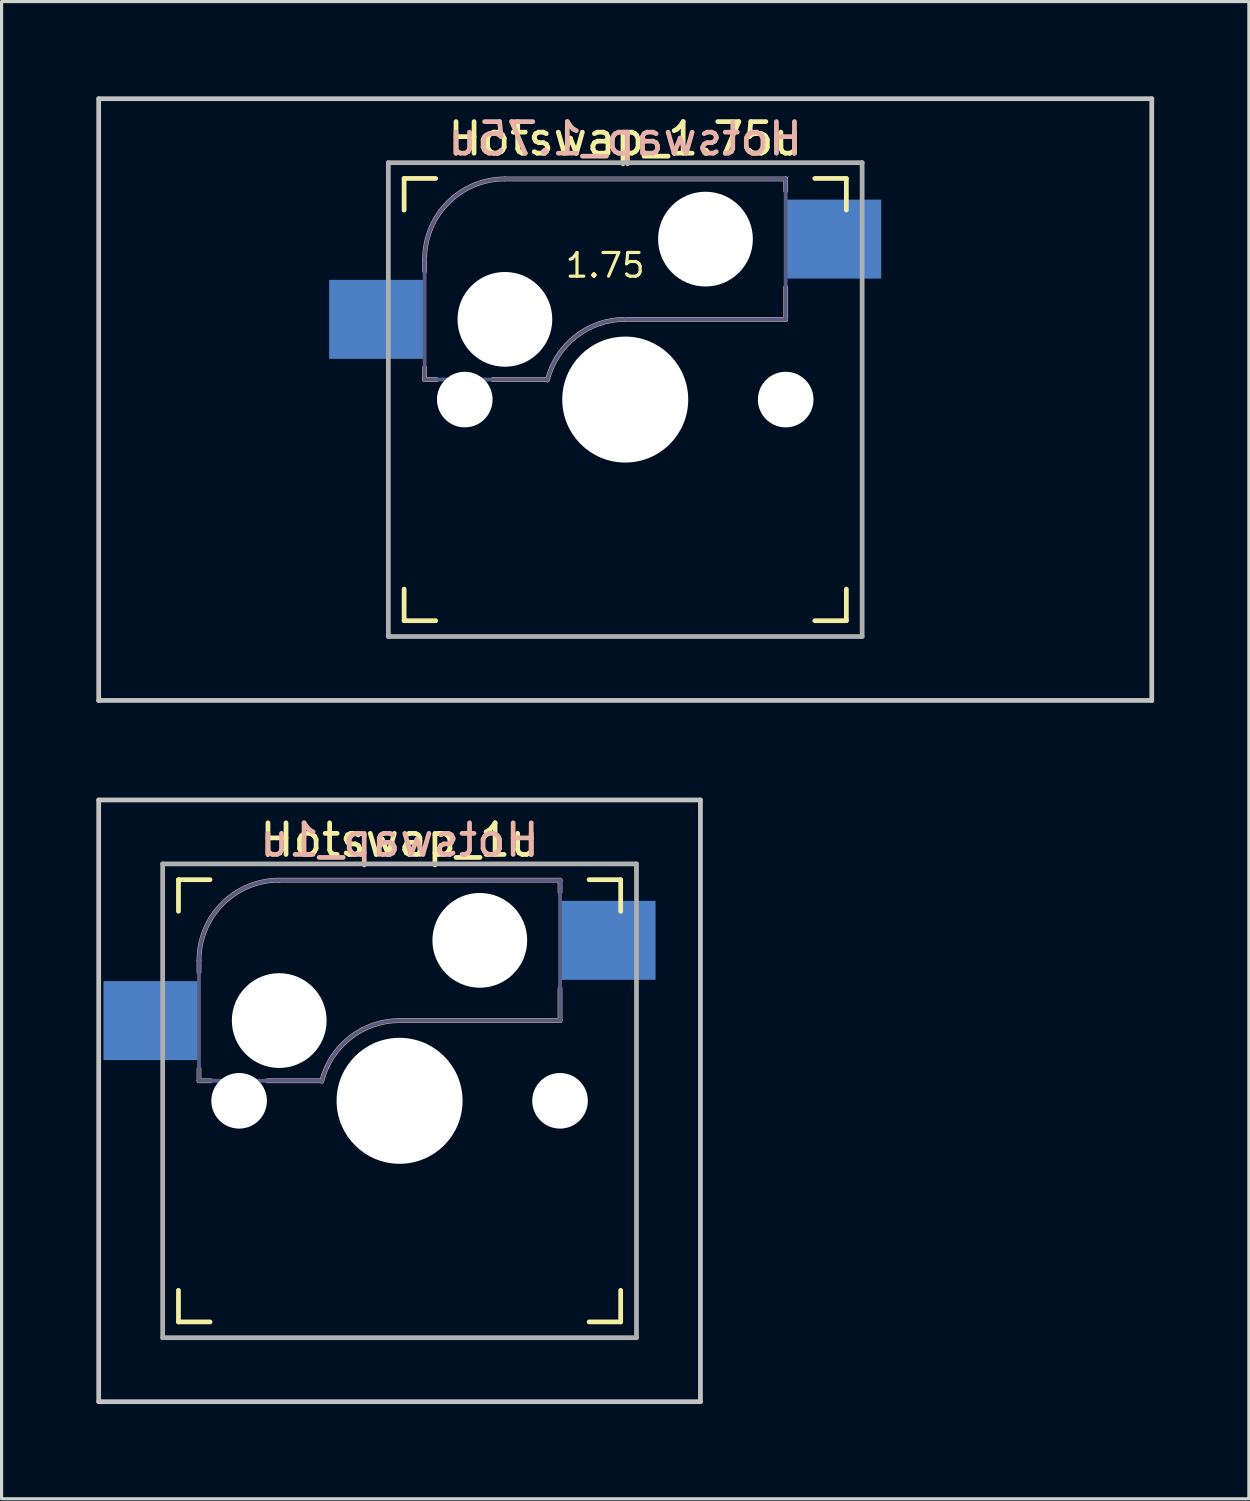
<source format=kicad_pcb>
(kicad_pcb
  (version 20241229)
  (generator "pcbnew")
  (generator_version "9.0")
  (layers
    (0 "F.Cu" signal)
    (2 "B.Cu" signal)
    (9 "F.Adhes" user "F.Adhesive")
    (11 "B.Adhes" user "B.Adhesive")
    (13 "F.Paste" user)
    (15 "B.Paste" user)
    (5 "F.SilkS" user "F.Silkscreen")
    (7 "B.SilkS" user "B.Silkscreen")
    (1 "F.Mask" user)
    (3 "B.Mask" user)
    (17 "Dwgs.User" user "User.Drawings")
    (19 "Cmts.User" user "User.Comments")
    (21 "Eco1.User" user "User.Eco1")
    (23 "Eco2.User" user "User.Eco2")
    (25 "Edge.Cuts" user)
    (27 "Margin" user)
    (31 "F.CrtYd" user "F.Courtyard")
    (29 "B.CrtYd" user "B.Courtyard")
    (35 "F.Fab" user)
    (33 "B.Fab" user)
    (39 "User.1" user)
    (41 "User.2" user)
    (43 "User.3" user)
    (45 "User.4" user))
  (footprint "Hotswap_1.75u"
    (layer "F.Cu")
    (at 16.744 9.6)
    (property "Reference" "Hotswap_1.75u" (at 0 -8.255 0) (layer "F.SilkS") (effects (font (size 1 1) (thickness 0.15))))
    (attr through_hole)
    (fp_line (start -7 -6) (end -7 -7) (stroke (width 0.15) (type solid)) (layer "F.SilkS"))
    (fp_line (start -7 7) (end -7 6) (stroke (width 0.15) (type solid)) (layer "F.SilkS"))
    (fp_line (start -7 7) (end -6 7) (stroke (width 0.15) (type solid)) (layer "F.SilkS"))
    (fp_line (start -6 -7) (end -7 -7) (stroke (width 0.15) (type solid)) (layer "F.SilkS"))
    (fp_line (start 6 7) (end 7 7) (stroke (width 0.15) (type solid)) (layer "F.SilkS"))
    (fp_line (start 7 -7) (end 6 -7) (stroke (width 0.15) (type solid)) (layer "F.SilkS"))
    (fp_line (start 7 -7) (end 7 -6) (stroke (width 0.15) (type solid)) (layer "F.SilkS"))
    (fp_line (start 7 6) (end 7 7) (stroke (width 0.15) (type solid)) (layer "F.SilkS"))
    (fp_line (start -6.35 -4.445) (end -6.35 -4.064) (stroke (width 0.15) (type solid)) (layer "B.SilkS"))
    (fp_line (start -6.35 -1.016) (end -6.35 -0.635) (stroke (width 0.15) (type solid)) (layer "B.SilkS"))
    (fp_line (start -6.35 -0.635) (end -5.969 -0.635) (stroke (width 0.15) (type solid)) (layer "B.SilkS"))
    (fp_line (start -4.191 -0.635) (end -2.54 -0.635) (stroke (width 0.15) (type solid)) (layer "B.SilkS"))
    (fp_line (start 0 -2.54) (end 5.08 -2.54) (stroke (width 0.15) (type solid)) (layer "B.SilkS"))
    (fp_line (start 5.08 -6.985) (end -3.81 -6.985) (stroke (width 0.15) (type solid)) (layer "B.SilkS"))
    (fp_line (start 5.08 -6.604) (end 5.08 -6.985) (stroke (width 0.15) (type solid)) (layer "B.SilkS"))
    (fp_line (start 5.08 -2.54) (end 5.08 -3.556) (stroke (width 0.15) (type solid)) (layer "B.SilkS"))
    (fp_arc (start -6.35 -4.445) (mid -5.606051 -6.241051) (end -3.81 -6.985) (stroke (width 0.15) (type solid)) (layer "B.SilkS"))
    (fp_arc (start -2.464162 -0.61604) (mid -1.563147 -2.002042) (end 0 -2.54) (stroke (width 0.15) (type solid)) (layer "B.SilkS"))
    (fp_line (start -16.669 -9.525) (end 16.669 -9.525) (stroke (width 0.15) (type solid)) (layer "Dwgs.User"))
    (fp_line (start -16.669 9.525) (end -16.669 -9.525) (stroke (width 0.15) (type solid)) (layer "Dwgs.User"))
    (fp_line (start -16.669 9.525) (end 16.669 9.525) (stroke (width 0.15) (type solid)) (layer "Dwgs.User"))
    (fp_line (start 16.669 -9.525) (end 16.669 9.525) (stroke (width 0.15) (type solid)) (layer "Dwgs.User"))
    (fp_line (start -6.9 6.9) (end -6.9 -6.9) (stroke (width 0.15) (type solid)) (layer "Eco2.User"))
    (fp_line (start -6.9 6.9) (end 6.9 6.9) (stroke (width 0.15) (type solid)) (layer "Eco2.User"))
    (fp_line (start 6.9 -6.9) (end -6.9 -6.9) (stroke (width 0.15) (type solid)) (layer "Eco2.User"))
    (fp_line (start 6.9 -6.9) (end 6.9 6.9) (stroke (width 0.15) (type solid)) (layer "Eco2.User"))
    (fp_line (start -6.35 -4.445) (end -6.35 -0.635) (stroke (width 0.12) (type solid)) (layer "B.Fab"))
    (fp_line (start -6.35 -0.635) (end -2.54 -0.635) (stroke (width 0.12) (type solid)) (layer "B.Fab"))
    (fp_line (start 0 -2.54) (end 5.08 -2.54) (stroke (width 0.12) (type solid)) (layer "B.Fab"))
    (fp_line (start 5.08 -6.985) (end -3.81 -6.985) (stroke (width 0.12) (type solid)) (layer "B.Fab"))
    (fp_line (start 5.08 -2.54) (end 5.08 -6.985) (stroke (width 0.12) (type solid)) (layer "B.Fab"))
    (fp_arc (start -6.35 -4.445) (mid -5.606051 -6.241051) (end -3.81 -6.985) (stroke (width 0.12) (type solid)) (layer "B.Fab"))
    (fp_arc (start -2.464162 -0.61604) (mid -1.563147 -2.002042) (end 0 -2.54) (stroke (width 0.12) (type solid)) (layer "B.Fab"))
    (fp_line (start -7.5 -7.5) (end 7.5 -7.5) (stroke (width 0.15) (type solid)) (layer "F.Fab"))
    (fp_line (start -7.5 7.5) (end -7.5 -7.5) (stroke (width 0.15) (type solid)) (layer "F.Fab"))
    (fp_line (start 7.5 -7.5) (end 7.5 7.5) (stroke (width 0.15) (type solid)) (layer "F.Fab"))
    (fp_line (start 7.5 7.5) (end -7.5 7.5) (stroke (width 0.15) (type solid)) (layer "F.Fab"))
    (fp_text user "1.75" (at -0.635 -3.81 0) (unlocked yes) (layer "F.SilkS") (effects (font (size 0.75 0.75) (thickness 0.1)) (justify bottom)))
    (fp_text user "${REFERENCE}" (at 0 -8.255 0) (layer "B.SilkS") (effects (font (size 1 1) (thickness 0.15)) (justify mirror)))
    (pad "" np_thru_hole circle (at -5.08 0 180) (size 1.76 1.76) (drill 1.76) (layers "*.Cu" "*.Mask"))
    (pad "" np_thru_hole circle (at -3.81 -2.54 180) (size 3 3) (drill 3) (layers "*.Cu" "*.Mask"))
    (pad "" np_thru_hole circle (at 0 0 180) (size 3.988 3.988) (drill 3.988) (layers "*.Cu" "*.Mask"))
    (pad "" np_thru_hole circle (at 2.54 -5.08 180) (size 3 3) (drill 3) (layers "*.Cu" "*.Mask"))
    (pad "" np_thru_hole circle (at 5.08 0 180) (size 1.76 1.76) (drill 1.76) (layers "*.Cu" "*.Mask"))
    (pad "1" smd rect (at -7.874 -2.54 180) (size 3 2.5) (layers "B.Cu" "B.Mask" "B.Paste"))
    (pad "2" smd rect (at 6.604 -5.08 180) (size 3 2.5) (layers "B.Cu" "B.Mask" "B.Paste")))
  (footprint "Hotswap_1u"
    (layer "F.Cu")
    (at 9.6 31.8)
    (property "Reference" "Hotswap_1u" (at 0 -8.255 0) (layer "F.SilkS") (effects (font (size 1 1) (thickness 0.15))))
    (attr through_hole)
    (fp_line (start -7 -6) (end -7 -7) (stroke (width 0.15) (type solid)) (layer "F.SilkS"))
    (fp_line (start -7 7) (end -7 6) (stroke (width 0.15) (type solid)) (layer "F.SilkS"))
    (fp_line (start -7 7) (end -6 7) (stroke (width 0.15) (type solid)) (layer "F.SilkS"))
    (fp_line (start -6 -7) (end -7 -7) (stroke (width 0.15) (type solid)) (layer "F.SilkS"))
    (fp_line (start 6 7) (end 7 7) (stroke (width 0.15) (type solid)) (layer "F.SilkS"))
    (fp_line (start 7 -7) (end 6 -7) (stroke (width 0.15) (type solid)) (layer "F.SilkS"))
    (fp_line (start 7 -7) (end 7 -6) (stroke (width 0.15) (type solid)) (layer "F.SilkS"))
    (fp_line (start 7 6) (end 7 7) (stroke (width 0.15) (type solid)) (layer "F.SilkS"))
    (fp_line (start -6.35 -4.445) (end -6.35 -4.064) (stroke (width 0.15) (type solid)) (layer "B.SilkS"))
    (fp_line (start -6.35 -1.016) (end -6.35 -0.635) (stroke (width 0.15) (type solid)) (layer "B.SilkS"))
    (fp_line (start -6.35 -0.635) (end -5.969 -0.635) (stroke (width 0.15) (type solid)) (layer "B.SilkS"))
    (fp_line (start -4.191 -0.635) (end -2.54 -0.635) (stroke (width 0.15) (type solid)) (layer "B.SilkS"))
    (fp_line (start 0 -2.54) (end 5.08 -2.54) (stroke (width 0.15) (type solid)) (layer "B.SilkS"))
    (fp_line (start 5.08 -6.985) (end -3.81 -6.985) (stroke (width 0.15) (type solid)) (layer "B.SilkS"))
    (fp_line (start 5.08 -6.604) (end 5.08 -6.985) (stroke (width 0.15) (type solid)) (layer "B.SilkS"))
    (fp_line (start 5.08 -2.54) (end 5.08 -3.556) (stroke (width 0.15) (type solid)) (layer "B.SilkS"))
    (fp_arc (start -6.35 -4.445) (mid -5.606051 -6.241051) (end -3.81 -6.985) (stroke (width 0.15) (type solid)) (layer "B.SilkS"))
    (fp_arc (start -2.464162 -0.61604) (mid -1.563147 -2.002042) (end 0 -2.54) (stroke (width 0.15) (type solid)) (layer "B.SilkS"))
    (fp_line (start -9.525 -9.525) (end 9.525 -9.525) (stroke (width 0.15) (type solid)) (layer "Dwgs.User"))
    (fp_line (start -9.525 9.525) (end -9.525 -9.525) (stroke (width 0.15) (type solid)) (layer "Dwgs.User"))
    (fp_line (start -9.525 9.525) (end 9.525 9.525) (stroke (width 0.15) (type solid)) (layer "Dwgs.User"))
    (fp_line (start 9.525 -9.525) (end 9.525 9.525) (stroke (width 0.15) (type solid)) (layer "Dwgs.User"))
    (fp_line (start -6.9 6.9) (end -6.9 -6.9) (stroke (width 0.15) (type solid)) (layer "Eco2.User"))
    (fp_line (start -6.9 6.9) (end 6.9 6.9) (stroke (width 0.15) (type solid)) (layer "Eco2.User"))
    (fp_line (start 6.9 -6.9) (end -6.9 -6.9) (stroke (width 0.15) (type solid)) (layer "Eco2.User"))
    (fp_line (start 6.9 -6.9) (end 6.9 6.9) (stroke (width 0.15) (type solid)) (layer "Eco2.User"))
    (fp_line (start -6.35 -4.445) (end -6.35 -0.635) (stroke (width 0.12) (type solid)) (layer "B.Fab"))
    (fp_line (start -6.35 -0.635) (end -2.54 -0.635) (stroke (width 0.12) (type solid)) (layer "B.Fab"))
    (fp_line (start 0 -2.54) (end 5.08 -2.54) (stroke (width 0.12) (type solid)) (layer "B.Fab"))
    (fp_line (start 5.08 -6.985) (end -3.81 -6.985) (stroke (width 0.12) (type solid)) (layer "B.Fab"))
    (fp_line (start 5.08 -2.54) (end 5.08 -6.985) (stroke (width 0.12) (type solid)) (layer "B.Fab"))
    (fp_arc (start -6.35 -4.445) (mid -5.606051 -6.241051) (end -3.81 -6.985) (stroke (width 0.12) (type solid)) (layer "B.Fab"))
    (fp_arc (start -2.464162 -0.61604) (mid -1.563147 -2.002042) (end 0 -2.54) (stroke (width 0.12) (type solid)) (layer "B.Fab"))
    (fp_line (start -7.5 -7.5) (end 7.5 -7.5) (stroke (width 0.15) (type solid)) (layer "F.Fab"))
    (fp_line (start -7.5 7.5) (end -7.5 -7.5) (stroke (width 0.15) (type solid)) (layer "F.Fab"))
    (fp_line (start 7.5 -7.5) (end 7.5 7.5) (stroke (width 0.15) (type solid)) (layer "F.Fab"))
    (fp_line (start 7.5 7.5) (end -7.5 7.5) (stroke (width 0.15) (type solid)) (layer "F.Fab"))
    (fp_text user "${REFERENCE}" (at 0 -8.255 0) (layer "B.SilkS") (effects (font (size 1 1) (thickness 0.15)) (justify mirror)))
    (pad "" np_thru_hole circle (at -5.08 0 180) (size 1.76 1.76) (drill 1.76) (layers "*.Cu" "*.Mask"))
    (pad "" np_thru_hole circle (at -3.81 -2.54 180) (size 3 3) (drill 3) (layers "*.Cu" "*.Mask"))
    (pad "" np_thru_hole circle (at 0 0 180) (size 3.988 3.988) (drill 3.988) (layers "*.Cu" "*.Mask"))
    (pad "" np_thru_hole circle (at 2.54 -5.08 180) (size 3 3) (drill 3) (layers "*.Cu" "*.Mask"))
    (pad "" np_thru_hole circle (at 5.08 0 180) (size 1.76 1.76) (drill 1.76) (layers "*.Cu" "*.Mask"))
    (pad "1" smd rect (at -7.874 -2.54 180) (size 3 2.5) (layers "B.Cu" "B.Mask" "B.Paste"))
    (pad "2" smd rect (at 6.604 -5.08 180) (size 3 2.5) (layers "B.Cu" "B.Mask" "B.Paste")))
  (gr_rect
    (start -3 -3)
    (end 36.487 44.4)
    (stroke (width 0.1) (type default))
    (fill no)
    (layer "Edge.Cuts")))
</source>
